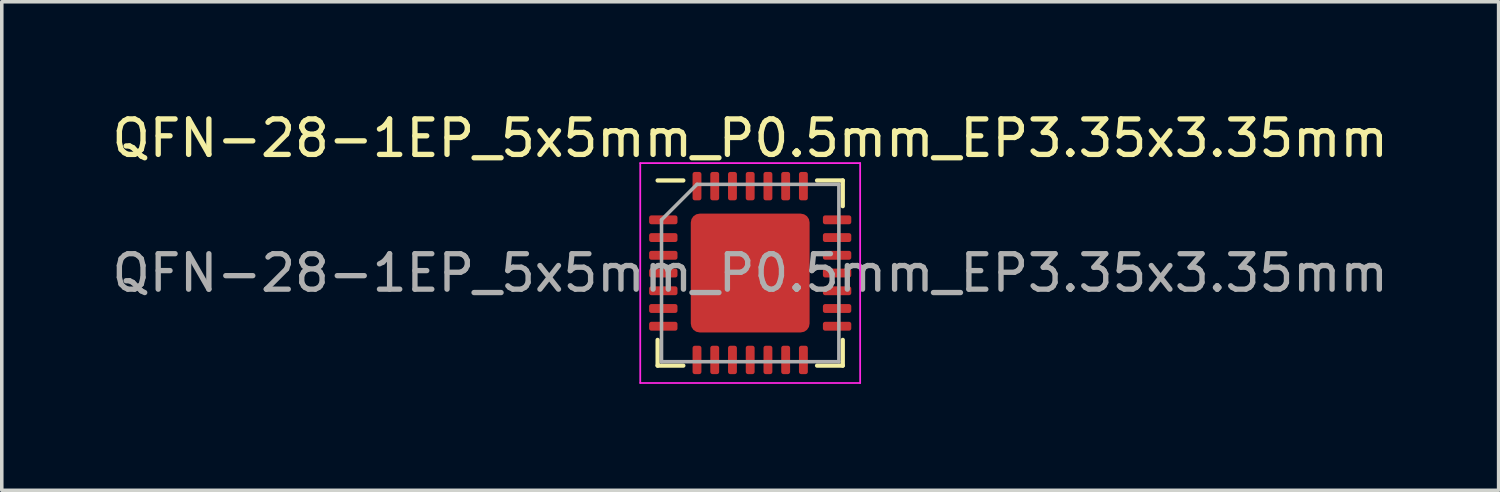
<source format=kicad_pcb>
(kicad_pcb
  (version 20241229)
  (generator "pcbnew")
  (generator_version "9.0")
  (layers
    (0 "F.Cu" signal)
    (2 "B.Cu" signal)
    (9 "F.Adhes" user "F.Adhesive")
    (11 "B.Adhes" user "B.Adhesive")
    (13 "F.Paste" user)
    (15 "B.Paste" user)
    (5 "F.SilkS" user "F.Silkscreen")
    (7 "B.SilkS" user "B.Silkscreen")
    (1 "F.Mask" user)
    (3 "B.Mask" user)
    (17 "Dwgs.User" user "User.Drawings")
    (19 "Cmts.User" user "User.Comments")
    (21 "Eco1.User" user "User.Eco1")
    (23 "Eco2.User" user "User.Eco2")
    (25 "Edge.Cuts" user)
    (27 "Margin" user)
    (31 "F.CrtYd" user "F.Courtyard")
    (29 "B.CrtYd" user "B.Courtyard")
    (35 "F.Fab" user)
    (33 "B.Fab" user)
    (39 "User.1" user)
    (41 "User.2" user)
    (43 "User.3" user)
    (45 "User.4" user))
  (footprint "QFN-28-1EP_5x5mm_P0.5mm_EP3.35x3.35mm"
    (layer "F.Cu")
    (at 18.101 4.648)
    (property "Reference" "QFN-28-1EP_5x5mm_P0.5mm_EP3.35x3.35mm" (at 0 -3.8 0) (layer "F.SilkS") (effects (font (size 1 1) (thickness 0.15))))
    (attr smd)
    (fp_line (start -2.61 2.61) (end -2.61 1.885) (stroke (width 0.12) (type solid)) (layer "F.SilkS"))
    (fp_line (start -1.885 -2.61) (end -2.61 -2.61) (stroke (width 0.12) (type solid)) (layer "F.SilkS"))
    (fp_line (start -1.885 2.61) (end -2.61 2.61) (stroke (width 0.12) (type solid)) (layer "F.SilkS"))
    (fp_line (start 1.885 -2.61) (end 2.61 -2.61) (stroke (width 0.12) (type solid)) (layer "F.SilkS"))
    (fp_line (start 1.885 2.61) (end 2.61 2.61) (stroke (width 0.12) (type solid)) (layer "F.SilkS"))
    (fp_line (start 2.61 -2.61) (end 2.61 -1.885) (stroke (width 0.12) (type solid)) (layer "F.SilkS"))
    (fp_line (start 2.61 2.61) (end 2.61 1.885) (stroke (width 0.12) (type solid)) (layer "F.SilkS"))
    (fp_line (start -3.1 -3.1) (end -3.1 3.1) (stroke (width 0.05) (type solid)) (layer "F.CrtYd"))
    (fp_line (start -3.1 3.1) (end 3.1 3.1) (stroke (width 0.05) (type solid)) (layer "F.CrtYd"))
    (fp_line (start 3.1 -3.1) (end -3.1 -3.1) (stroke (width 0.05) (type solid)) (layer "F.CrtYd"))
    (fp_line (start 3.1 3.1) (end 3.1 -3.1) (stroke (width 0.05) (type solid)) (layer "F.CrtYd"))
    (fp_line (start -2.5 -1.5) (end -1.5 -2.5) (stroke (width 0.1) (type solid)) (layer "F.Fab"))
    (fp_line (start -2.5 2.5) (end -2.5 -1.5) (stroke (width 0.1) (type solid)) (layer "F.Fab"))
    (fp_line (start -1.5 -2.5) (end 2.5 -2.5) (stroke (width 0.1) (type solid)) (layer "F.Fab"))
    (fp_line (start 2.5 -2.5) (end 2.5 2.5) (stroke (width 0.1) (type solid)) (layer "F.Fab"))
    (fp_line (start 2.5 2.5) (end -2.5 2.5) (stroke (width 0.1) (type solid)) (layer "F.Fab"))
    (fp_text user "${REFERENCE}" (at 0 0 0) (layer "F.Fab") (effects (font (size 1 1) (thickness 0.15))))
    (pad "" smd roundrect (at -1.12 -1.12) (size 0.9 0.9) (layers "F.Paste") (roundrect_rratio 0.25))
    (pad "" smd roundrect (at -1.12 0) (size 0.9 0.9) (layers "F.Paste") (roundrect_rratio 0.25))
    (pad "" smd roundrect (at -1.12 1.12) (size 0.9 0.9) (layers "F.Paste") (roundrect_rratio 0.25))
    (pad "" smd roundrect (at 0 -1.12) (size 0.9 0.9) (layers "F.Paste") (roundrect_rratio 0.25))
    (pad "" smd roundrect (at 0 0) (size 0.9 0.9) (layers "F.Paste") (roundrect_rratio 0.25))
    (pad "" smd roundrect (at 0 1.12) (size 0.9 0.9) (layers "F.Paste") (roundrect_rratio 0.25))
    (pad "" smd roundrect (at 1.12 -1.12) (size 0.9 0.9) (layers "F.Paste") (roundrect_rratio 0.25))
    (pad "" smd roundrect (at 1.12 0) (size 0.9 0.9) (layers "F.Paste") (roundrect_rratio 0.25))
    (pad "" smd roundrect (at 1.12 1.12) (size 0.9 0.9) (layers "F.Paste") (roundrect_rratio 0.25))
    (pad "1" smd roundrect (at -2.45 -1.5) (size 0.8 0.25) (layers "F.Cu" "F.Mask" "F.Paste") (roundrect_rratio 0.25))
    (pad "2" smd roundrect (at -2.45 -1) (size 0.8 0.25) (layers "F.Cu" "F.Mask" "F.Paste") (roundrect_rratio 0.25))
    (pad "3" smd roundrect (at -2.45 -0.5) (size 0.8 0.25) (layers "F.Cu" "F.Mask" "F.Paste") (roundrect_rratio 0.25))
    (pad "4" smd roundrect (at -2.45 0) (size 0.8 0.25) (layers "F.Cu" "F.Mask" "F.Paste") (roundrect_rratio 0.25))
    (pad "5" smd roundrect (at -2.45 0.5) (size 0.8 0.25) (layers "F.Cu" "F.Mask" "F.Paste") (roundrect_rratio 0.25))
    (pad "6" smd roundrect (at -2.45 1) (size 0.8 0.25) (layers "F.Cu" "F.Mask" "F.Paste") (roundrect_rratio 0.25))
    (pad "7" smd roundrect (at -2.45 1.5) (size 0.8 0.25) (layers "F.Cu" "F.Mask" "F.Paste") (roundrect_rratio 0.25))
    (pad "8" smd roundrect (at -1.5 2.45) (size 0.25 0.8) (layers "F.Cu" "F.Mask" "F.Paste") (roundrect_rratio 0.25))
    (pad "9" smd roundrect (at -1 2.45) (size 0.25 0.8) (layers "F.Cu" "F.Mask" "F.Paste") (roundrect_rratio 0.25))
    (pad "10" smd roundrect (at -0.5 2.45) (size 0.25 0.8) (layers "F.Cu" "F.Mask" "F.Paste") (roundrect_rratio 0.25))
    (pad "11" smd roundrect (at 0 2.45) (size 0.25 0.8) (layers "F.Cu" "F.Mask" "F.Paste") (roundrect_rratio 0.25))
    (pad "12" smd roundrect (at 0.5 2.45) (size 0.25 0.8) (layers "F.Cu" "F.Mask" "F.Paste") (roundrect_rratio 0.25))
    (pad "13" smd roundrect (at 1 2.45) (size 0.25 0.8) (layers "F.Cu" "F.Mask" "F.Paste") (roundrect_rratio 0.25))
    (pad "14" smd roundrect (at 1.5 2.45) (size 0.25 0.8) (layers "F.Cu" "F.Mask" "F.Paste") (roundrect_rratio 0.25))
    (pad "15" smd roundrect (at 2.45 1.5) (size 0.8 0.25) (layers "F.Cu" "F.Mask" "F.Paste") (roundrect_rratio 0.25))
    (pad "16" smd roundrect (at 2.45 1) (size 0.8 0.25) (layers "F.Cu" "F.Mask" "F.Paste") (roundrect_rratio 0.25))
    (pad "17" smd roundrect (at 2.45 0.5) (size 0.8 0.25) (layers "F.Cu" "F.Mask" "F.Paste") (roundrect_rratio 0.25))
    (pad "18" smd roundrect (at 2.45 0) (size 0.8 0.25) (layers "F.Cu" "F.Mask" "F.Paste") (roundrect_rratio 0.25))
    (pad "19" smd roundrect (at 2.45 -0.5) (size 0.8 0.25) (layers "F.Cu" "F.Mask" "F.Paste") (roundrect_rratio 0.25))
    (pad "20" smd roundrect (at 2.45 -1) (size 0.8 0.25) (layers "F.Cu" "F.Mask" "F.Paste") (roundrect_rratio 0.25))
    (pad "21" smd roundrect (at 2.45 -1.5) (size 0.8 0.25) (layers "F.Cu" "F.Mask" "F.Paste") (roundrect_rratio 0.25))
    (pad "22" smd roundrect (at 1.5 -2.45) (size 0.25 0.8) (layers "F.Cu" "F.Mask" "F.Paste") (roundrect_rratio 0.25))
    (pad "23" smd roundrect (at 1 -2.45) (size 0.25 0.8) (layers "F.Cu" "F.Mask" "F.Paste") (roundrect_rratio 0.25))
    (pad "24" smd roundrect (at 0.5 -2.45) (size 0.25 0.8) (layers "F.Cu" "F.Mask" "F.Paste") (roundrect_rratio 0.25))
    (pad "25" smd roundrect (at 0 -2.45) (size 0.25 0.8) (layers "F.Cu" "F.Mask" "F.Paste") (roundrect_rratio 0.25))
    (pad "26" smd roundrect (at -0.5 -2.45) (size 0.25 0.8) (layers "F.Cu" "F.Mask" "F.Paste") (roundrect_rratio 0.25))
    (pad "27" smd roundrect (at -1 -2.45) (size 0.25 0.8) (layers "F.Cu" "F.Mask" "F.Paste") (roundrect_rratio 0.25))
    (pad "28" smd roundrect (at -1.5 -2.45) (size 0.25 0.8) (layers "F.Cu" "F.Mask" "F.Paste") (roundrect_rratio 0.25))
    (pad "29" smd roundrect (at 0 0) (size 3.35 3.35) (layers "F.Cu" "F.Mask") (roundrect_rratio 0.075)))
  (gr_rect
    (start -3 -3)
    (end 39.202 10.773)
    (stroke (width 0.1) (type default))
    (fill no)
    (layer "Edge.Cuts")))
</source>
